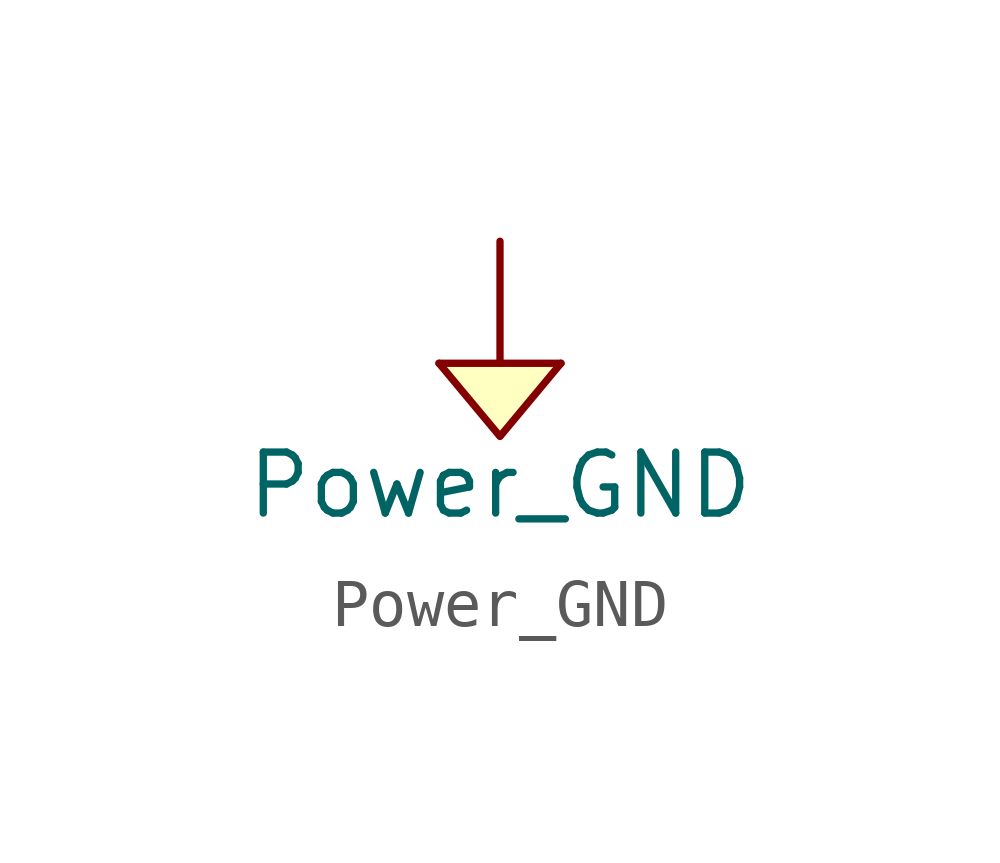
<source format=kicad_sym>
(kicad_symbol_lib
  (version 20231120)
  (generator "kicad_symbol_editor")
  (generator_version "8.0")
  (symbol "Power_GND"
    (power)
    (pin_numbers hide)
    (pin_names
      (offset 0) hide)
    (property "Reference" "#PWR"
      (at 0 -4.318 0)
      (effects (font (size 1.27 1.27)) (hide yes)))
    (property "Value" "Power_GND"
      (at 0 -2.54 0)
      (effects (font (size 1.27 1.27))))
    (property "Footprint" ""
      (at 0 2.54 0)
      (effects (font (size 1.524 1.524))))
    (property "Datasheet" ""
      (at -0.508 -2.286 0)
      (effects (font (size 1.524 1.524))))
    (symbol "Power_GND_0_1"
      (polyline (pts (xy 0 0) (xy 1.27 0)) (stroke (width 0) (type default)) (fill (type none)))
      (polyline (pts (xy -1.27 0) (xy 0 -1.524) (xy 1.27 0)) (stroke (width 0) (type default)) (fill (type background)))
      (polyline (pts (xy 0 2.54) (xy 0 0) (xy -1.27 0)) (stroke (width 0) (type default)) (fill (type none))))
    (symbol "Power_GND_1_1"
      (pin power_in line (at 0 2.54 90) (length 0) hide (name "Power_GND" (effects (font (size 1.27 1.27)))) (number "1" (effects (font (size 1.27 1.27))))))))
</source>
